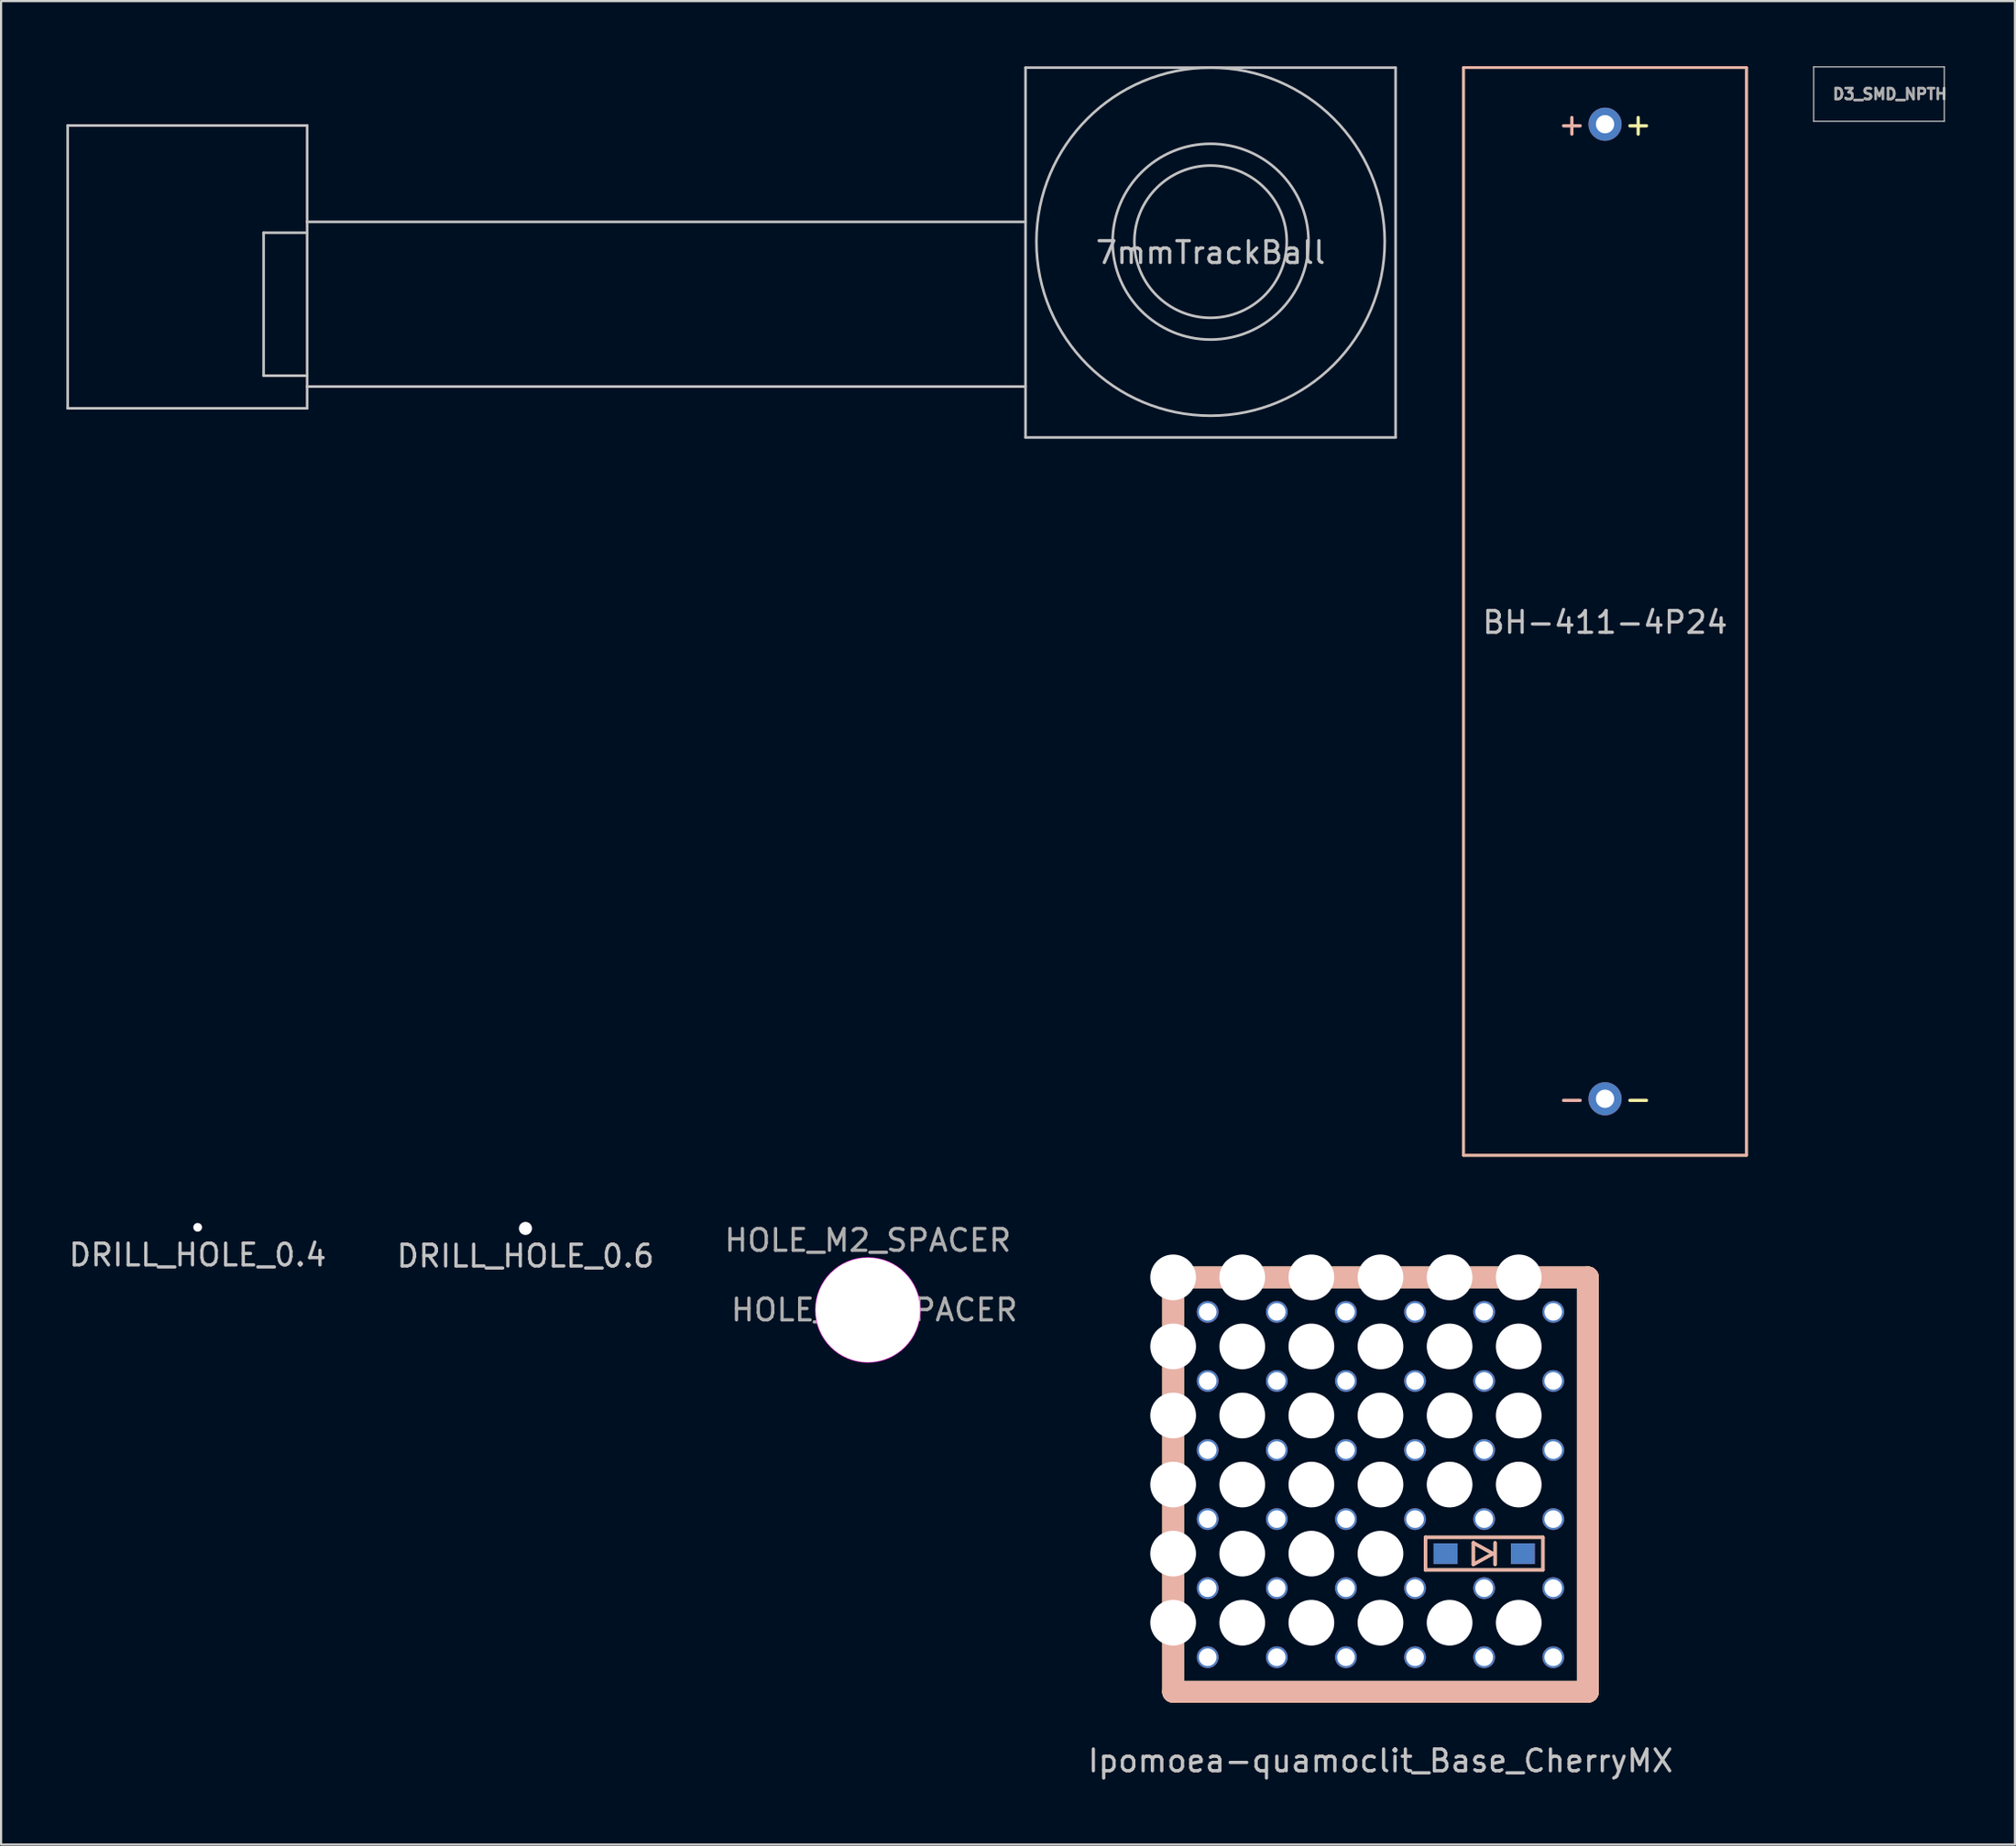
<source format=kicad_pcb>
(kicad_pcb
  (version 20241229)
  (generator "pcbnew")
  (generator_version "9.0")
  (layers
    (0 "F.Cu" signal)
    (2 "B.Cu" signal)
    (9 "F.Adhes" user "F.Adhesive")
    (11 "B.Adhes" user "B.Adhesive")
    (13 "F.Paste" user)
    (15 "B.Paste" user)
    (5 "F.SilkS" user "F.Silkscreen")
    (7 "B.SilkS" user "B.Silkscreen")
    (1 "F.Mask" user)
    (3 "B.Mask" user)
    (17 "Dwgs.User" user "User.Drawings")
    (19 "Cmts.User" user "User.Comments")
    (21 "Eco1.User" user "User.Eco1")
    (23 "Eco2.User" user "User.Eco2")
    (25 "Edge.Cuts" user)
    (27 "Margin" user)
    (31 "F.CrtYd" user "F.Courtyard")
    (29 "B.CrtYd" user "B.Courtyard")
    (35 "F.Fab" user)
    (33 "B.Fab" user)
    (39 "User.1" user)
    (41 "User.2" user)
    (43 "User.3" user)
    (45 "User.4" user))
  (footprint "HOLE_M2_SPACER"
    (layer "F.Cu")
    (at 36.815 57.168)
    (property "Reference" "HOLE_M2_SPACER" (at 0 -3.2 0) (layer "F.Fab") (effects (font (size 1 1) (thickness 0.15))))
    (attr exclude_from_pos_files exclude_from_bom)
    (fp_circle (center 0 0) (end 2.2 0) (stroke (width 0.15) (type solid)) (fill no) (layer "Cmts.User"))
    (fp_circle (center 0 0) (end 2.4 0) (stroke (width 0.05) (type solid)) (fill no) (layer "F.CrtYd"))
    (fp_text user "${REFERENCE}" (at 0.3 0 0) (layer "F.Fab") (effects (font (size 1 1) (thickness 0.15))))
    (pad "" np_thru_hole circle (at 0 0) (size 4.8 4.8) (drill 4.8) (layers "*.Cu" "*.Mask")))
  (footprint "7mmTrackBall"
    (layer "F.Cu")
    (at 52.56 8.06)
    (property "Reference" "7mmTrackBall" (at 0 0.5 0) (layer "Dwgs.User") (effects (font (size 1 1) (thickness 0.15))))
    (attr through_hole)
    (fp_line (start -52.5 -5.34) (end -41.5 -5.34) (stroke (width 0.12) (type solid)) (layer "Dwgs.User"))
    (fp_line (start -52.5 7.66) (end -52.5 -5.34) (stroke (width 0.12) (type solid)) (layer "Dwgs.User"))
    (fp_line (start -52.5 7.66) (end -41.5 7.66) (stroke (width 0.12) (type solid)) (layer "Dwgs.User"))
    (fp_line (start -43.5 -0.41) (end -43.5 6.16) (stroke (width 0.12) (type solid)) (layer "Dwgs.User"))
    (fp_line (start -41.5 -0.91) (end -41.5 -5.34) (stroke (width 0.12) (type solid)) (layer "Dwgs.User"))
    (fp_line (start -41.5 -0.91) (end -41.5 6.66) (stroke (width 0.12) (type solid)) (layer "Dwgs.User"))
    (fp_line (start -41.5 -0.41) (end -43.5 -0.41) (stroke (width 0.12) (type solid)) (layer "Dwgs.User"))
    (fp_line (start -41.5 6.16) (end -43.5 6.16) (stroke (width 0.12) (type solid)) (layer "Dwgs.User"))
    (fp_line (start -41.5 7.66) (end -41.5 6.66) (stroke (width 0.12) (type solid)) (layer "Dwgs.User"))
    (fp_line (start -8.5 -8) (end 8.5 -8) (stroke (width 0.12) (type solid)) (layer "Dwgs.User"))
    (fp_line (start -8.5 -0.91) (end -41.5 -0.91) (stroke (width 0.12) (type solid)) (layer "Dwgs.User"))
    (fp_line (start -8.5 6.66) (end -41.5 6.66) (stroke (width 0.12) (type solid)) (layer "Dwgs.User"))
    (fp_line (start -8.5 9) (end -8.5 -8) (stroke (width 0.12) (type solid)) (layer "Dwgs.User"))
    (fp_line (start -8.5 9) (end 8.5 9) (stroke (width 0.12) (type solid)) (layer "Dwgs.User"))
    (fp_line (start 8.5 9) (end 8.5 -8) (stroke (width 0.12) (type solid)) (layer "Dwgs.User"))
    (fp_circle (center 0 0) (end 0 -8) (stroke (width 0.12) (type solid)) (fill no) (layer "Dwgs.User"))
    (fp_circle (center 0 0) (end 0 -3.5) (stroke (width 0.12) (type solid)) (fill no) (layer "Dwgs.User"))
    (fp_circle (center 0 0) (end 4.5 0) (stroke (width 0.12) (type solid)) (fill no) (layer "Dwgs.User")))
  (footprint "DRILL_HOLE_0.4"
    (layer "F.Cu")
    (at 6.03 53.37)
    (property "Reference" "DRILL_HOLE_0.4" (at 0 1.27 0) (layer "Dwgs.User") (effects (font (size 1 1) (thickness 0.15))))
    (attr through_hole)
    (pad "" np_thru_hole circle (at 0 0 270) (size 0.4 0.4) (drill 0.4) (layers "*.Cu" "*.Mask")))
  (footprint "Ipomoea-quamoclit_Base_CherryMX"
    (layer "F.Cu")
    (at 60.365 65.195)
    (property "Reference" "Ipomoea-quamoclit_Base_CherryMX" (at 0 12.7 0) (layer "Dwgs.User") (effects (font (size 1 1) (thickness 0.15))))
    (attr through_hole)
    (fp_line (start -9.525 -9.525) (end 9.525 -9.525) (stroke (width 1) (type solid)) (layer "F.SilkS"))
    (fp_line (start -9.525 9.525) (end -9.525 -9.525) (stroke (width 1) (type solid)) (layer "F.SilkS"))
    (fp_line (start -9.525 9.525) (end 9.525 9.525) (stroke (width 1) (type solid)) (layer "F.SilkS"))
    (fp_line (start 2.064 3.925) (end 2.064 2.425) (stroke (width 0.15) (type solid)) (layer "F.SilkS"))
    (fp_line (start 2.064 3.925) (end 7.464 3.925) (stroke (width 0.15) (type solid)) (layer "F.SilkS"))
    (fp_line (start 4.264 2.675) (end 5.164 3.175) (stroke (width 0.15) (type solid)) (layer "F.SilkS"))
    (fp_line (start 4.264 3.675) (end 4.264 2.675) (stroke (width 0.15) (type solid)) (layer "F.SilkS"))
    (fp_line (start 5.164 3.175) (end 4.264 3.675) (stroke (width 0.15) (type solid)) (layer "F.SilkS"))
    (fp_line (start 5.264 3.675) (end 5.264 2.675) (stroke (width 0.15) (type solid)) (layer "F.SilkS"))
    (fp_line (start 7.464 2.425) (end 2.064 2.425) (stroke (width 0.15) (type solid)) (layer "F.SilkS"))
    (fp_line (start 7.464 3.925) (end 7.464 2.425) (stroke (width 0.15) (type solid)) (layer "F.SilkS"))
    (fp_line (start 9.525 9.525) (end 9.525 -9.525) (stroke (width 1) (type solid)) (layer "F.SilkS"))
    (fp_line (start -9.525 -9.525) (end -9.525 9.525) (stroke (width 1) (type solid)) (layer "B.SilkS"))
    (fp_line (start -9.525 -9.525) (end 9.525 -9.525) (stroke (width 1) (type solid)) (layer "B.SilkS"))
    (fp_line (start -9.525 9.525) (end 9.525 9.525) (stroke (width 1) (type solid)) (layer "B.SilkS"))
    (fp_line (start 2.064 2.425) (end 2.064 3.925) (stroke (width 0.15) (type solid)) (layer "B.SilkS"))
    (fp_line (start 2.064 3.925) (end 7.464 3.925) (stroke (width 0.15) (type solid)) (layer "B.SilkS"))
    (fp_line (start 4.264 2.675) (end 5.164 3.175) (stroke (width 0.15) (type solid)) (layer "B.SilkS"))
    (fp_line (start 4.264 3.675) (end 4.264 2.675) (stroke (width 0.15) (type solid)) (layer "B.SilkS"))
    (fp_line (start 5.164 3.175) (end 4.264 3.675) (stroke (width 0.15) (type solid)) (layer "B.SilkS"))
    (fp_line (start 5.264 3.675) (end 5.264 2.675) (stroke (width 0.15) (type solid)) (layer "B.SilkS"))
    (fp_line (start 7.464 2.425) (end 2.064 2.425) (stroke (width 0.15) (type solid)) (layer "B.SilkS"))
    (fp_line (start 7.464 3.925) (end 7.464 2.425) (stroke (width 0.15) (type solid)) (layer "B.SilkS"))
    (fp_line (start 9.525 -9.525) (end 9.525 9.525) (stroke (width 1) (type solid)) (layer "B.SilkS"))
    (fp_line (start -12 -12) (end -12 12) (stroke (width 0.15) (type solid)) (layer "Eco1.User"))
    (fp_line (start -12 -12) (end 12 -12) (stroke (width 0.15) (type solid)) (layer "Eco1.User"))
    (fp_line (start -12 12) (end 12 12) (stroke (width 0.15) (type solid)) (layer "Eco1.User"))
    (fp_line (start -7 -7) (end -7 7) (stroke (width 0.15) (type solid)) (layer "Eco1.User"))
    (fp_line (start -7 -7) (end 7 -7) (stroke (width 0.15) (type solid)) (layer "Eco1.User"))
    (fp_line (start -7 7) (end 7 7) (stroke (width 0.15) (type solid)) (layer "Eco1.User"))
    (fp_line (start 7 7) (end 7 -7) (stroke (width 0.15) (type solid)) (layer "Eco1.User"))
    (fp_line (start 12 12) (end 12 -12) (stroke (width 0.15) (type solid)) (layer "Eco1.User"))
    (pad "" np_thru_hole circle (at -9.525 -9.525) (size 2.1 2.1) (drill 2.1) (layers "*.Cu" "*.Mask"))
    (pad "" np_thru_hole circle (at -9.525 -6.35) (size 2.1 2.1) (drill 2.1) (layers "*.Cu" "*.Mask"))
    (pad "" np_thru_hole circle (at -9.525 -3.175) (size 2.1 2.1) (drill 2.1) (layers "*.Cu" "*.Mask"))
    (pad "" np_thru_hole circle (at -9.525 0) (size 2.1 2.1) (drill 2.1) (layers "*.Cu" "*.Mask"))
    (pad "" np_thru_hole circle (at -9.525 3.175) (size 2.1 2.1) (drill 2.1) (layers "*.Cu" "*.Mask"))
    (pad "" np_thru_hole circle (at -9.525 6.35) (size 2.1 2.1) (drill 2.1) (layers "*.Cu" "*.Mask"))
    (pad "" np_thru_hole circle (at -6.35 -9.525) (size 2.1 2.1) (drill 2.1) (layers "*.Cu" "*.Mask"))
    (pad "" np_thru_hole circle (at -6.35 -6.35) (size 2.1 2.1) (drill 2.1) (layers "*.Cu" "*.Mask"))
    (pad "" np_thru_hole circle (at -6.35 -3.175) (size 2.1 2.1) (drill 2.1) (layers "*.Cu" "*.Mask"))
    (pad "" np_thru_hole circle (at -6.35 0) (size 2.1 2.1) (drill 2.1) (layers "*.Cu" "*.Mask"))
    (pad "" np_thru_hole circle (at -6.35 3.175) (size 2.1 2.1) (drill 2.1) (layers "*.Cu" "*.Mask"))
    (pad "" np_thru_hole circle (at -6.35 6.35) (size 2.1 2.1) (drill 2.1) (layers "*.Cu" "*.Mask"))
    (pad "" np_thru_hole circle (at -3.175 -9.525) (size 2.1 2.1) (drill 2.1) (layers "*.Cu" "*.Mask"))
    (pad "" np_thru_hole circle (at -3.175 -6.35) (size 2.1 2.1) (drill 2.1) (layers "*.Cu" "*.Mask"))
    (pad "" np_thru_hole circle (at -3.175 -3.175) (size 2.1 2.1) (drill 2.1) (layers "*.Cu" "*.Mask"))
    (pad "" np_thru_hole circle (at -3.175 0) (size 2.1 2.1) (drill 2.1) (layers "*.Cu" "*.Mask"))
    (pad "" np_thru_hole circle (at -3.175 3.175) (size 2.1 2.1) (drill 2.1) (layers "*.Cu" "*.Mask"))
    (pad "" np_thru_hole circle (at -3.175 6.35) (size 2.1 2.1) (drill 2.1) (layers "*.Cu" "*.Mask"))
    (pad "" np_thru_hole circle (at 0 -9.525) (size 2.1 2.1) (drill 2.1) (layers "*.Cu" "*.Mask"))
    (pad "" np_thru_hole circle (at 0 -6.35) (size 2.1 2.1) (drill 2.1) (layers "*.Cu" "*.Mask"))
    (pad "" np_thru_hole circle (at 0 -3.175) (size 2.1 2.1) (drill 2.1) (layers "*.Cu" "*.Mask"))
    (pad "" np_thru_hole circle (at 0 0) (size 2.1 2.1) (drill 2.1) (layers "*.Cu" "*.Mask"))
    (pad "" np_thru_hole circle (at 0 3.175) (size 2.1 2.1) (drill 2.1) (layers "*.Cu" "*.Mask"))
    (pad "" np_thru_hole circle (at 0 6.35) (size 2.1 2.1) (drill 2.1) (layers "*.Cu" "*.Mask"))
    (pad "" np_thru_hole circle (at 3.175 -9.525) (size 2.1 2.1) (drill 2.1) (layers "*.Cu" "*.Mask"))
    (pad "" np_thru_hole circle (at 3.175 -6.35) (size 2.1 2.1) (drill 2.1) (layers "*.Cu" "*.Mask"))
    (pad "" np_thru_hole circle (at 3.175 -3.175) (size 2.1 2.1) (drill 2.1) (layers "*.Cu" "*.Mask"))
    (pad "" np_thru_hole circle (at 3.175 0) (size 2.1 2.1) (drill 2.1) (layers "*.Cu" "*.Mask"))
    (pad "" np_thru_hole circle (at 3.175 6.35) (size 2.1 2.1) (drill 2.1) (layers "*.Cu" "*.Mask"))
    (pad "" np_thru_hole circle (at 6.35 -9.525) (size 2.1 2.1) (drill 2.1) (layers "*.Cu" "*.Mask"))
    (pad "" np_thru_hole circle (at 6.35 -6.35) (size 2.1 2.1) (drill 2.1) (layers "*.Cu" "*.Mask"))
    (pad "" np_thru_hole circle (at 6.35 -3.175) (size 2.1 2.1) (drill 2.1) (layers "*.Cu" "*.Mask"))
    (pad "" np_thru_hole circle (at 6.35 0) (size 2.1 2.1) (drill 2.1) (layers "*.Cu" "*.Mask"))
    (pad "" np_thru_hole circle (at 6.35 6.35) (size 2.1 2.1) (drill 2.1) (layers "*.Cu" "*.Mask"))
    (pad "1" thru_hole circle (at -7.938 -7.938) (size 1 1) (drill 0.81) (layers "*.Cu" "*.Mask"))
    (pad "1" thru_hole circle (at -7.938 -4.763) (size 1 1) (drill 0.81) (layers "*.Cu" "*.Mask"))
    (pad "1" thru_hole circle (at -7.938 -1.587) (size 1 1) (drill 0.81) (layers "*.Cu" "*.Mask"))
    (pad "1" thru_hole circle (at -7.938 1.587) (size 1 1) (drill 0.81) (layers "*.Cu" "*.Mask"))
    (pad "1" thru_hole circle (at -7.938 4.763) (size 1 1) (drill 0.81) (layers "*.Cu" "*.Mask"))
    (pad "1" thru_hole circle (at -7.938 7.938) (size 1 1) (drill 0.81) (layers "*.Cu" "*.Mask"))
    (pad "1" thru_hole circle (at -1.587 -7.938) (size 1 1) (drill 0.81) (layers "*.Cu" "*.Mask"))
    (pad "1" thru_hole circle (at -1.587 -4.763) (size 1 1) (drill 0.81) (layers "*.Cu" "*.Mask"))
    (pad "1" thru_hole circle (at -1.587 -1.587) (size 1 1) (drill 0.81) (layers "*.Cu" "*.Mask"))
    (pad "1" thru_hole circle (at -1.587 1.587) (size 1 1) (drill 0.81) (layers "*.Cu" "*.Mask"))
    (pad "1" thru_hole circle (at -1.587 4.763) (size 1 1) (drill 0.81) (layers "*.Cu" "*.Mask"))
    (pad "1" thru_hole circle (at -1.587 7.938) (size 1 1) (drill 0.81) (layers "*.Cu" "*.Mask"))
    (pad "1" thru_hole circle (at 4.763 -7.938) (size 1 1) (drill 0.81) (layers "*.Cu" "*.Mask"))
    (pad "1" thru_hole circle (at 4.763 -4.763) (size 1 1) (drill 0.81) (layers "*.Cu" "*.Mask"))
    (pad "1" thru_hole circle (at 4.763 -1.587) (size 1 1) (drill 0.81) (layers "*.Cu" "*.Mask"))
    (pad "1" thru_hole circle (at 4.763 1.587) (size 1 1) (drill 0.81) (layers "*.Cu" "*.Mask"))
    (pad "1" thru_hole circle (at 4.763 4.763) (size 1 1) (drill 0.81) (layers "*.Cu" "*.Mask"))
    (pad "1" thru_hole circle (at 4.763 7.938) (size 1 1) (drill 0.81) (layers "*.Cu" "*.Mask"))
    (pad "2" thru_hole circle (at -4.763 -7.938) (size 1 1) (drill 0.81) (layers "*.Cu" "*.Mask"))
    (pad "2" thru_hole circle (at -4.763 -4.763) (size 1 1) (drill 0.81) (layers "*.Cu" "*.Mask"))
    (pad "2" thru_hole circle (at -4.763 -1.587) (size 1 1) (drill 0.81) (layers "*.Cu" "*.Mask"))
    (pad "2" thru_hole circle (at -4.763 1.587) (size 1 1) (drill 0.81) (layers "*.Cu" "*.Mask"))
    (pad "2" thru_hole circle (at -4.763 4.763) (size 1 1) (drill 0.81) (layers "*.Cu" "*.Mask"))
    (pad "2" thru_hole circle (at -4.763 7.938) (size 1 1) (drill 0.81) (layers "*.Cu" "*.Mask"))
    (pad "2" thru_hole circle (at 1.587 -7.938) (size 1 1) (drill 0.81) (layers "*.Cu" "*.Mask"))
    (pad "2" thru_hole circle (at 1.587 -4.763) (size 1 1) (drill 0.81) (layers "*.Cu" "*.Mask"))
    (pad "2" thru_hole circle (at 1.587 -1.587) (size 1 1) (drill 0.81) (layers "*.Cu" "*.Mask"))
    (pad "2" thru_hole circle (at 1.587 1.587) (size 1 1) (drill 0.81) (layers "*.Cu" "*.Mask"))
    (pad "2" thru_hole circle (at 1.587 4.763) (size 1 1) (drill 0.81) (layers "*.Cu" "*.Mask"))
    (pad "2" thru_hole circle (at 1.587 7.938) (size 1 1) (drill 0.81) (layers "*.Cu" "*.Mask"))
    (pad "2" smd rect (at 2.989 3.175 180) (size 1.1 0.95) (layers "F.Cu" "F.Mask" "F.Paste"))
    (pad "2" smd rect (at 2.989 3.175 180) (size 1.1 0.95) (layers "B.Cu" "B.Mask" "B.Paste"))
    (pad "2" thru_hole circle (at 7.938 -7.938) (size 1 1) (drill 0.81) (layers "*.Cu" "*.Mask"))
    (pad "2" thru_hole circle (at 7.938 -4.763) (size 1 1) (drill 0.81) (layers "*.Cu" "*.Mask"))
    (pad "2" thru_hole circle (at 7.938 -1.587) (size 1 1) (drill 0.81) (layers "*.Cu" "*.Mask"))
    (pad "2" thru_hole circle (at 7.938 1.587) (size 1 1) (drill 0.81) (layers "*.Cu" "*.Mask"))
    (pad "2" thru_hole circle (at 7.938 4.763) (size 1 1) (drill 0.81) (layers "*.Cu" "*.Mask"))
    (pad "2" thru_hole circle (at 7.938 7.938) (size 1 1) (drill 0.81) (layers "*.Cu" "*.Mask"))
    (pad "3" smd rect (at 6.539 3.175 180) (size 1.1 0.95) (layers "F.Cu" "F.Mask" "F.Paste"))
    (pad "3" smd rect (at 6.539 3.175 180) (size 1.1 0.95) (layers "B.Cu" "B.Mask" "B.Paste")))
  (footprint "D3_SMD_NPTH"
    (layer "F.Cu")
    (at 83.265 1.275)
    (property "Reference" "D3_SMD_NPTH" (at 0.5 0 0) (layer "F.Fab") (effects (font (size 0.5 0.5) (thickness 0.125))))
    (attr through_hole)
    (fp_line (start -3 -1.25) (end -3 1.25) (stroke (width 0.05) (type solid)) (layer "Edge.Cuts"))
    (fp_line (start -3 -1.25) (end 3 -1.25) (stroke (width 0.05) (type solid)) (layer "Edge.Cuts"))
    (fp_line (start -3 1.25) (end 3 1.25) (stroke (width 0.05) (type solid)) (layer "Edge.Cuts"))
    (fp_line (start 3 -1.25) (end 3 1.25) (stroke (width 0.05) (type solid)) (layer "Edge.Cuts")))
  (footprint "BH-411-4P24"
    (layer "F.Cu")
    (at 70.68 25.06)
    (property "Reference" "BH-411-4P24" (at 0 0.5 0) (layer "Dwgs.User") (effects (font (size 1 1) (thickness 0.15))))
    (attr through_hole)
    (fp_line (start -6.5 25) (end -6.5 -25) (stroke (width 0.12) (type solid)) (layer "F.SilkS"))
    (fp_line (start -6.5 25) (end 6.5 25) (stroke (width 0.12) (type solid)) (layer "F.SilkS"))
    (fp_line (start 6.5 -25) (end -6.5 -25) (stroke (width 0.12) (type solid)) (layer "F.SilkS"))
    (fp_line (start 6.5 25) (end 6.5 -25) (stroke (width 0.12) (type solid)) (layer "F.SilkS"))
    (fp_line (start -6.5 25) (end -6.5 -25) (stroke (width 0.12) (type solid)) (layer "B.SilkS"))
    (fp_line (start -6.5 25) (end 6.5 25) (stroke (width 0.12) (type solid)) (layer "B.SilkS"))
    (fp_line (start 6.5 -25) (end -6.5 -25) (stroke (width 0.12) (type solid)) (layer "B.SilkS"))
    (fp_line (start 6.5 25) (end 6.5 -25) (stroke (width 0.12) (type solid)) (layer "B.SilkS"))
    (fp_text user "+" (at 1.524 -22.4 0) (layer "F.SilkS") (effects (font (size 1 1) (thickness 0.15))))
    (fp_text user "-" (at 1.524 22.4 0) (layer "F.SilkS") (effects (font (size 1 1) (thickness 0.15))))
    (fp_text user "+" (at -1.524 -22.4 0) (layer "B.SilkS") (effects (font (size 1 1) (thickness 0.15))))
    (fp_text user "-" (at -1.524 22.4 0) (layer "B.SilkS") (effects (font (size 1 1) (thickness 0.15))))
    (pad "1" thru_hole circle (at 0 -22.4 270) (size 1.524 1.524) (drill 0.84) (layers "*.Cu" "*.Mask"))
    (pad "2" thru_hole circle (at 0 22.4 270) (size 1.524 1.524) (drill 0.84) (layers "*.Cu" "*.Mask")))
  (footprint "DRILL_HOLE_0.6"
    (layer "F.Cu")
    (at 21.089 53.42)
    (property "Reference" "DRILL_HOLE_0.6" (at 0 1.27 0) (layer "Dwgs.User") (effects (font (size 1 1) (thickness 0.15))))
    (attr through_hole)
    (pad "" np_thru_hole circle (at 0 0 270) (size 0.6 0.6) (drill 0.6) (layers "*.Cu" "*.Mask")))
  (gr_rect
    (start -3 -3)
    (end 89.51 81.743)
    (stroke (width 0.1) (type default))
    (fill no)
    (layer "Edge.Cuts")))
</source>
